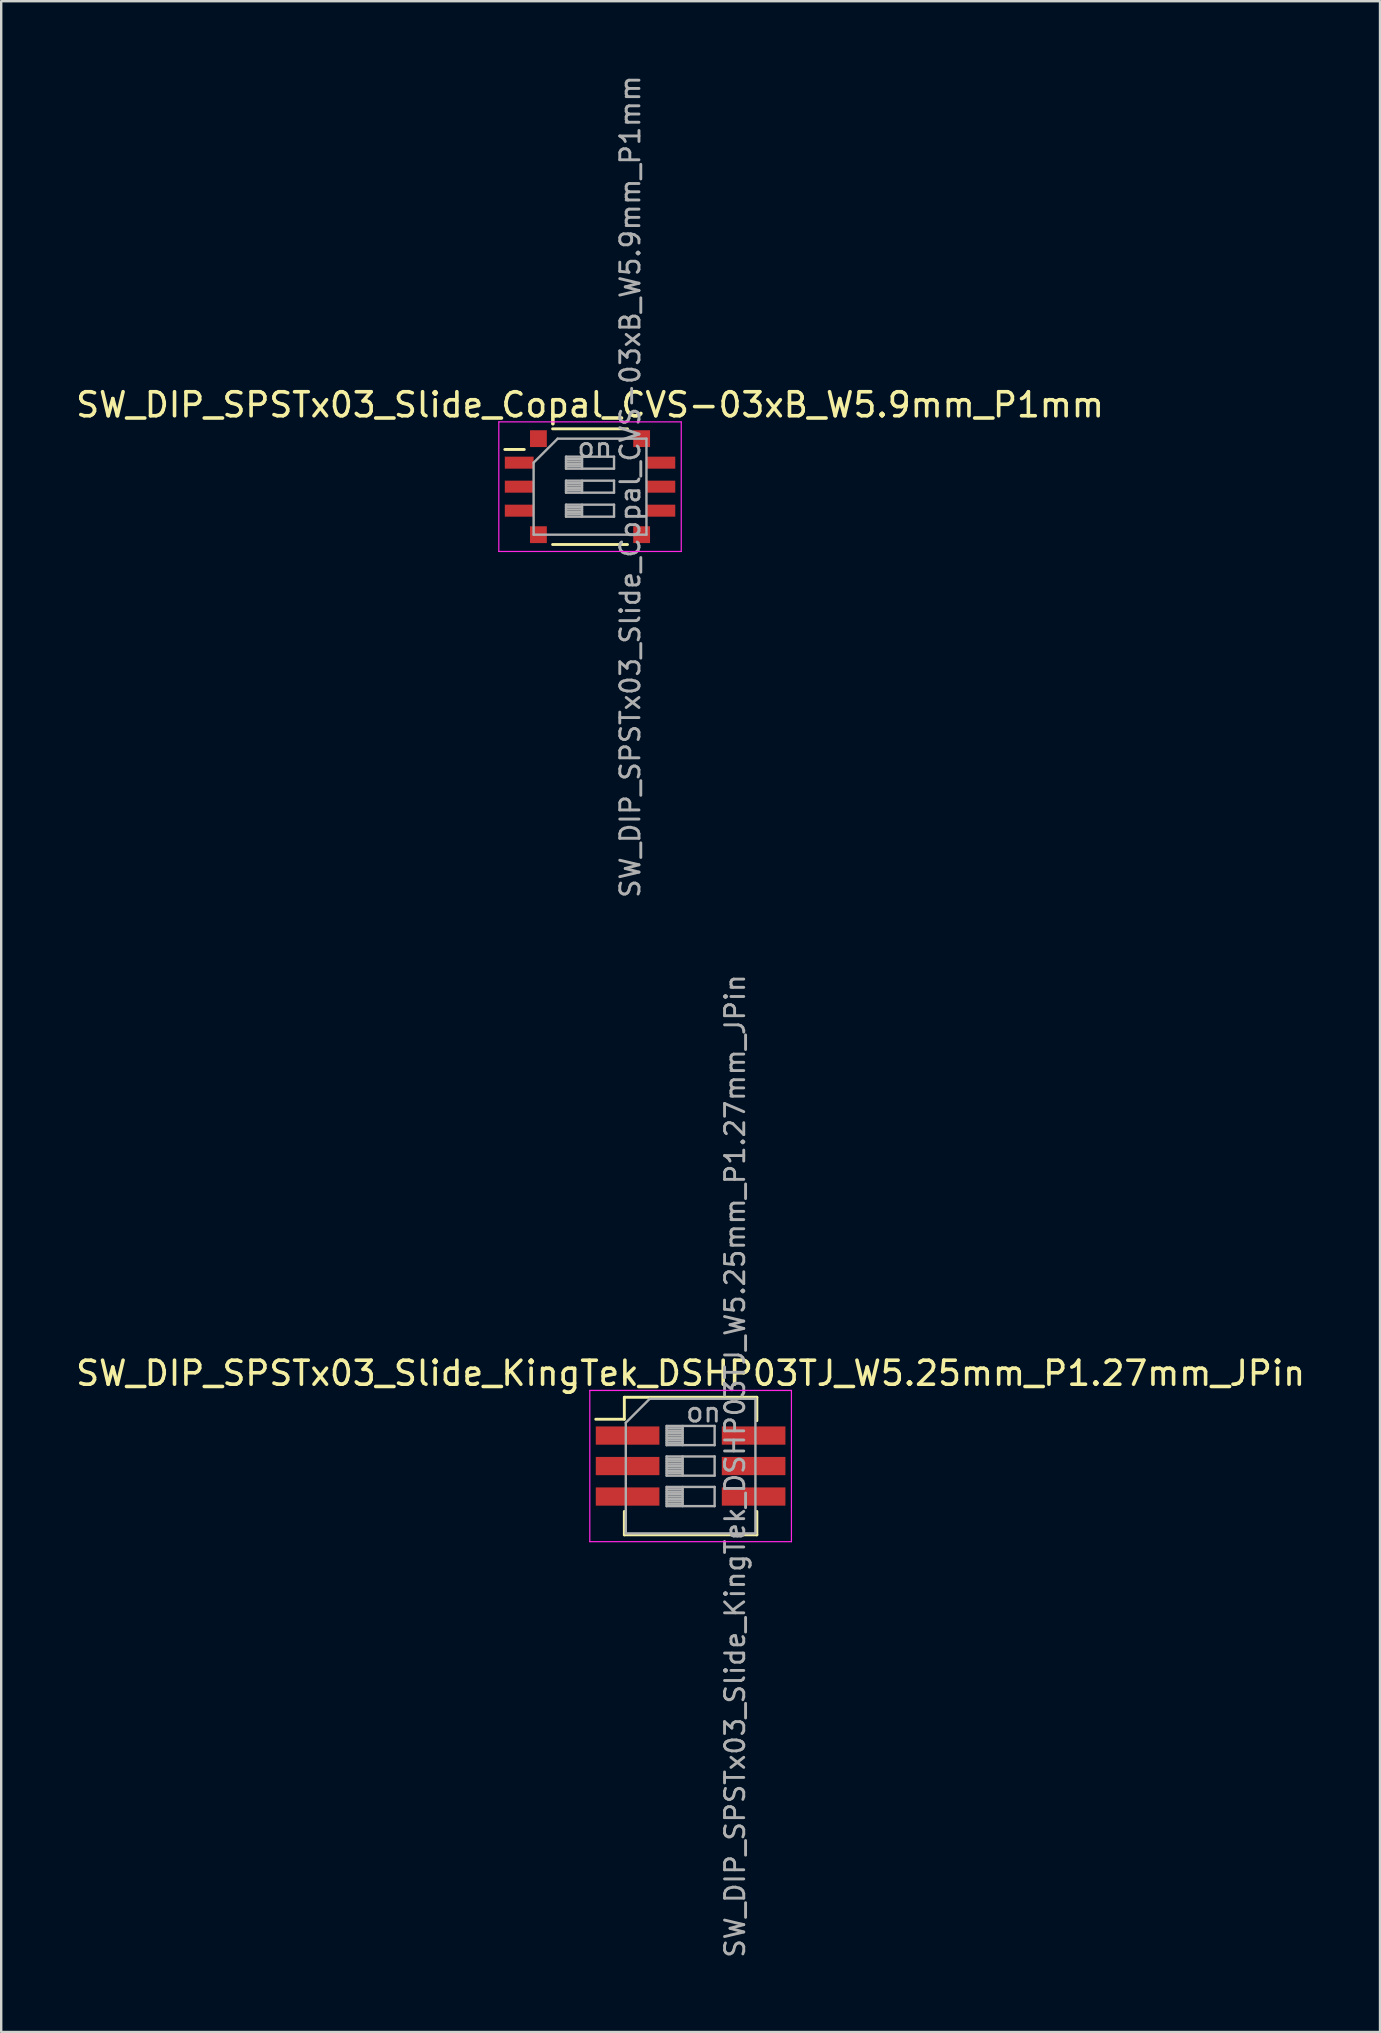
<source format=kicad_pcb>
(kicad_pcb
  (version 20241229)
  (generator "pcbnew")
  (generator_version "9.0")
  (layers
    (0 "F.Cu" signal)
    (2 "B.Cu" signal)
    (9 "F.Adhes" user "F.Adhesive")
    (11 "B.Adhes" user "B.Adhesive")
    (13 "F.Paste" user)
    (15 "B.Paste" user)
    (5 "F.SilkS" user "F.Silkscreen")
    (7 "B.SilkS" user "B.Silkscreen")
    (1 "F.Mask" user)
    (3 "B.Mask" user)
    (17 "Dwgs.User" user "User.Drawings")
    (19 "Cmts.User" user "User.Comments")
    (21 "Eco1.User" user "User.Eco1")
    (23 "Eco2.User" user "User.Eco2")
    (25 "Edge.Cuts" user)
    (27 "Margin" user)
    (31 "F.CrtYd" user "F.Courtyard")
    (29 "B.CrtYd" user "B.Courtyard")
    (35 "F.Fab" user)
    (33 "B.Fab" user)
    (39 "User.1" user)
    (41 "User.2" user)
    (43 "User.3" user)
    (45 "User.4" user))
  (footprint "SW_DIP_SPSTx03_Slide_Copal_CVS-03xB_W5.9mm_P1mm"
    (layer "F.Cu")
    (at 21.53 17.224)
    (property "Reference" "SW_DIP_SPSTx03_Slide_Copal_CVS-03xB_W5.9mm_P1mm" (at 0 -3.41 0) (layer "F.SilkS") (effects (font (size 1 1) (thickness 0.15))))
    (attr smd)
    (fp_line (start -3.55 -1.55) (end -2.739 -1.55) (stroke (width 0.12) (type solid)) (layer "F.SilkS"))
    (fp_line (start -1.56 -2.41) (end 1.561 -2.41) (stroke (width 0.12) (type solid)) (layer "F.SilkS"))
    (fp_line (start -1.56 2.41) (end 1.561 2.41) (stroke (width 0.12) (type solid)) (layer "F.SilkS"))
    (fp_line (start -3.8 -2.7) (end -3.8 2.7) (stroke (width 0.05) (type solid)) (layer "F.CrtYd"))
    (fp_line (start -3.8 2.7) (end 3.8 2.7) (stroke (width 0.05) (type solid)) (layer "F.CrtYd"))
    (fp_line (start 3.8 -2.7) (end -3.8 -2.7) (stroke (width 0.05) (type solid)) (layer "F.CrtYd"))
    (fp_line (start 3.8 2.7) (end 3.8 -2.7) (stroke (width 0.05) (type solid)) (layer "F.CrtYd"))
    (fp_line (start -2.35 -1) (end -1.35 -2) (stroke (width 0.1) (type solid)) (layer "F.Fab"))
    (fp_line (start -2.35 2) (end -2.35 -1) (stroke (width 0.1) (type solid)) (layer "F.Fab"))
    (fp_line (start -1.35 -2) (end 2.35 -2) (stroke (width 0.1) (type solid)) (layer "F.Fab"))
    (fp_line (start -1 -1.25) (end -1 -0.75) (stroke (width 0.1) (type solid)) (layer "F.Fab"))
    (fp_line (start -1 -1.15) (end -0.333 -1.15) (stroke (width 0.1) (type solid)) (layer "F.Fab"))
    (fp_line (start -1 -1.05) (end -0.333 -1.05) (stroke (width 0.1) (type solid)) (layer "F.Fab"))
    (fp_line (start -1 -0.95) (end -0.333 -0.95) (stroke (width 0.1) (type solid)) (layer "F.Fab"))
    (fp_line (start -1 -0.85) (end -0.333 -0.85) (stroke (width 0.1) (type solid)) (layer "F.Fab"))
    (fp_line (start -1 -0.75) (end 1 -0.75) (stroke (width 0.1) (type solid)) (layer "F.Fab"))
    (fp_line (start -1 -0.25) (end -1 0.25) (stroke (width 0.1) (type solid)) (layer "F.Fab"))
    (fp_line (start -1 -0.15) (end -0.333 -0.15) (stroke (width 0.1) (type solid)) (layer "F.Fab"))
    (fp_line (start -1 -0.05) (end -0.333 -0.05) (stroke (width 0.1) (type solid)) (layer "F.Fab"))
    (fp_line (start -1 0.05) (end -0.333 0.05) (stroke (width 0.1) (type solid)) (layer "F.Fab"))
    (fp_line (start -1 0.15) (end -0.333 0.15) (stroke (width 0.1) (type solid)) (layer "F.Fab"))
    (fp_line (start -1 0.25) (end 1 0.25) (stroke (width 0.1) (type solid)) (layer "F.Fab"))
    (fp_line (start -1 0.75) (end -1 1.25) (stroke (width 0.1) (type solid)) (layer "F.Fab"))
    (fp_line (start -1 0.85) (end -0.333 0.85) (stroke (width 0.1) (type solid)) (layer "F.Fab"))
    (fp_line (start -1 0.95) (end -0.333 0.95) (stroke (width 0.1) (type solid)) (layer "F.Fab"))
    (fp_line (start -1 1.05) (end -0.333 1.05) (stroke (width 0.1) (type solid)) (layer "F.Fab"))
    (fp_line (start -1 1.15) (end -0.333 1.15) (stroke (width 0.1) (type solid)) (layer "F.Fab"))
    (fp_line (start -1 1.25) (end 1 1.25) (stroke (width 0.1) (type solid)) (layer "F.Fab"))
    (fp_line (start -0.333 -1.25) (end -0.333 -0.75) (stroke (width 0.1) (type solid)) (layer "F.Fab"))
    (fp_line (start -0.333 -0.25) (end -0.333 0.25) (stroke (width 0.1) (type solid)) (layer "F.Fab"))
    (fp_line (start -0.333 0.75) (end -0.333 1.25) (stroke (width 0.1) (type solid)) (layer "F.Fab"))
    (fp_line (start 1 -1.25) (end -1 -1.25) (stroke (width 0.1) (type solid)) (layer "F.Fab"))
    (fp_line (start 1 -0.75) (end 1 -1.25) (stroke (width 0.1) (type solid)) (layer "F.Fab"))
    (fp_line (start 1 -0.25) (end -1 -0.25) (stroke (width 0.1) (type solid)) (layer "F.Fab"))
    (fp_line (start 1 0.25) (end 1 -0.25) (stroke (width 0.1) (type solid)) (layer "F.Fab"))
    (fp_line (start 1 0.75) (end -1 0.75) (stroke (width 0.1) (type solid)) (layer "F.Fab"))
    (fp_line (start 1 1.25) (end 1 0.75) (stroke (width 0.1) (type solid)) (layer "F.Fab"))
    (fp_line (start 2.35 -2) (end 2.35 2) (stroke (width 0.1) (type solid)) (layer "F.Fab"))
    (fp_line (start 2.35 2) (end -2.35 2) (stroke (width 0.1) (type solid)) (layer "F.Fab"))
    (fp_text user "on" (at 0.2 -1.625 0) (layer "F.Fab") (effects (font (size 0.8 0.8) (thickness 0.12))))
    (fp_text user "${REFERENCE}" (at 1.675 0 90) (layer "F.Fab") (effects (font (size 0.8 0.8) (thickness 0.12))))
    (pad "1" smd rect (at -2.95 -1) (size 1.2 0.5) (layers "F.Cu" "F.Mask" "F.Paste"))
    (pad "2" smd rect (at -2.95 0) (size 1.2 0.5) (layers "F.Cu" "F.Mask" "F.Paste"))
    (pad "3" smd rect (at -2.95 1) (size 1.2 0.5) (layers "F.Cu" "F.Mask" "F.Paste"))
    (pad "4" smd rect (at 2.95 1) (size 1.2 0.5) (layers "F.Cu" "F.Mask" "F.Paste"))
    (pad "5" smd rect (at 2.95 0) (size 1.2 0.5) (layers "F.Cu" "F.Mask" "F.Paste"))
    (pad "6" smd rect (at 2.95 -1) (size 1.2 0.5) (layers "F.Cu" "F.Mask" "F.Paste"))
    (pad "7" smd rect (at -2.15 -2) (size 0.7 0.7) (layers "F.Cu" "F.Mask" "F.Paste"))
    (pad "7" smd rect (at -2.15 2) (size 0.7 0.7) (layers "F.Cu" "F.Mask" "F.Paste"))
    (pad "7" smd rect (at 2.15 -2) (size 0.7 0.7) (layers "F.Cu" "F.Mask" "F.Paste"))
    (pad "7" smd rect (at 2.15 2) (size 0.7 0.7) (layers "F.Cu" "F.Mask" "F.Paste")))
  (footprint "SW_DIP_SPSTx03_Slide_KingTek_DSHP03TJ_W5.25mm_P1.27mm_JPin"
    (layer "F.Cu")
    (at 25.72 58.024)
    (property "Reference" "SW_DIP_SPSTx03_Slide_KingTek_DSHP03TJ_W5.25mm_P1.27mm_JPin" (at 0 -3.865 0) (layer "F.SilkS") (effects (font (size 1 1) (thickness 0.15))))
    (attr smd)
    (fp_line (start -3.951 -1.95) (end -2.761 -1.95) (stroke (width 0.12) (type solid)) (layer "F.SilkS"))
    (fp_line (start -2.761 -2.865) (end -2.761 -1.95) (stroke (width 0.12) (type solid)) (layer "F.SilkS"))
    (fp_line (start -2.761 -2.865) (end 2.76 -2.865) (stroke (width 0.12) (type solid)) (layer "F.SilkS"))
    (fp_line (start -2.761 1.89) (end -2.761 2.866) (stroke (width 0.12) (type solid)) (layer "F.SilkS"))
    (fp_line (start -2.761 2.866) (end 2.76 2.866) (stroke (width 0.12) (type solid)) (layer "F.SilkS"))
    (fp_line (start 2.76 -2.865) (end 2.76 -1.89) (stroke (width 0.12) (type solid)) (layer "F.SilkS"))
    (fp_line (start 2.76 1.89) (end 2.76 2.866) (stroke (width 0.12) (type solid)) (layer "F.SilkS"))
    (fp_line (start -4.2 -3.15) (end -4.2 3.15) (stroke (width 0.05) (type solid)) (layer "F.CrtYd"))
    (fp_line (start -4.2 3.15) (end 4.2 3.15) (stroke (width 0.05) (type solid)) (layer "F.CrtYd"))
    (fp_line (start 4.2 -3.15) (end -4.2 -3.15) (stroke (width 0.05) (type solid)) (layer "F.CrtYd"))
    (fp_line (start 4.2 3.15) (end 4.2 -3.15) (stroke (width 0.05) (type solid)) (layer "F.CrtYd"))
    (fp_line (start -2.7 -1.805) (end -1.7 -2.805) (stroke (width 0.1) (type solid)) (layer "F.Fab"))
    (fp_line (start -2.7 2.805) (end -2.7 -1.805) (stroke (width 0.1) (type solid)) (layer "F.Fab"))
    (fp_line (start -1.7 -2.805) (end 2.7 -2.805) (stroke (width 0.1) (type solid)) (layer "F.Fab"))
    (fp_line (start -1 -1.67) (end -1 -0.87) (stroke (width 0.1) (type solid)) (layer "F.Fab"))
    (fp_line (start -1 -1.57) (end -0.333 -1.57) (stroke (width 0.1) (type solid)) (layer "F.Fab"))
    (fp_line (start -1 -1.47) (end -0.333 -1.47) (stroke (width 0.1) (type solid)) (layer "F.Fab"))
    (fp_line (start -1 -1.37) (end -0.333 -1.37) (stroke (width 0.1) (type solid)) (layer "F.Fab"))
    (fp_line (start -1 -1.27) (end -0.333 -1.27) (stroke (width 0.1) (type solid)) (layer "F.Fab"))
    (fp_line (start -1 -1.17) (end -0.333 -1.17) (stroke (width 0.1) (type solid)) (layer "F.Fab"))
    (fp_line (start -1 -1.07) (end -0.333 -1.07) (stroke (width 0.1) (type solid)) (layer "F.Fab"))
    (fp_line (start -1 -0.97) (end -0.333 -0.97) (stroke (width 0.1) (type solid)) (layer "F.Fab"))
    (fp_line (start -1 -0.87) (end 1 -0.87) (stroke (width 0.1) (type solid)) (layer "F.Fab"))
    (fp_line (start -1 -0.4) (end -1 0.4) (stroke (width 0.1) (type solid)) (layer "F.Fab"))
    (fp_line (start -1 -0.3) (end -0.333 -0.3) (stroke (width 0.1) (type solid)) (layer "F.Fab"))
    (fp_line (start -1 -0.2) (end -0.333 -0.2) (stroke (width 0.1) (type solid)) (layer "F.Fab"))
    (fp_line (start -1 -0.1) (end -0.333 -0.1) (stroke (width 0.1) (type solid)) (layer "F.Fab"))
    (fp_line (start -1 0) (end -0.333 0) (stroke (width 0.1) (type solid)) (layer "F.Fab"))
    (fp_line (start -1 0.1) (end -0.333 0.1) (stroke (width 0.1) (type solid)) (layer "F.Fab"))
    (fp_line (start -1 0.2) (end -0.333 0.2) (stroke (width 0.1) (type solid)) (layer "F.Fab"))
    (fp_line (start -1 0.3) (end -0.333 0.3) (stroke (width 0.1) (type solid)) (layer "F.Fab"))
    (fp_line (start -1 0.4) (end 1 0.4) (stroke (width 0.1) (type solid)) (layer "F.Fab"))
    (fp_line (start -1 0.87) (end -1 1.67) (stroke (width 0.1) (type solid)) (layer "F.Fab"))
    (fp_line (start -1 0.97) (end -0.333 0.97) (stroke (width 0.1) (type solid)) (layer "F.Fab"))
    (fp_line (start -1 1.07) (end -0.333 1.07) (stroke (width 0.1) (type solid)) (layer "F.Fab"))
    (fp_line (start -1 1.17) (end -0.333 1.17) (stroke (width 0.1) (type solid)) (layer "F.Fab"))
    (fp_line (start -1 1.27) (end -0.333 1.27) (stroke (width 0.1) (type solid)) (layer "F.Fab"))
    (fp_line (start -1 1.37) (end -0.333 1.37) (stroke (width 0.1) (type solid)) (layer "F.Fab"))
    (fp_line (start -1 1.47) (end -0.333 1.47) (stroke (width 0.1) (type solid)) (layer "F.Fab"))
    (fp_line (start -1 1.57) (end -0.333 1.57) (stroke (width 0.1) (type solid)) (layer "F.Fab"))
    (fp_line (start -1 1.67) (end 1 1.67) (stroke (width 0.1) (type solid)) (layer "F.Fab"))
    (fp_line (start -0.333 -1.67) (end -0.333 -0.87) (stroke (width 0.1) (type solid)) (layer "F.Fab"))
    (fp_line (start -0.333 -0.4) (end -0.333 0.4) (stroke (width 0.1) (type solid)) (layer "F.Fab"))
    (fp_line (start -0.333 0.87) (end -0.333 1.67) (stroke (width 0.1) (type solid)) (layer "F.Fab"))
    (fp_line (start 1 -1.67) (end -1 -1.67) (stroke (width 0.1) (type solid)) (layer "F.Fab"))
    (fp_line (start 1 -0.87) (end 1 -1.67) (stroke (width 0.1) (type solid)) (layer "F.Fab"))
    (fp_line (start 1 -0.4) (end -1 -0.4) (stroke (width 0.1) (type solid)) (layer "F.Fab"))
    (fp_line (start 1 0.4) (end 1 -0.4) (stroke (width 0.1) (type solid)) (layer "F.Fab"))
    (fp_line (start 1 0.87) (end -1 0.87) (stroke (width 0.1) (type solid)) (layer "F.Fab"))
    (fp_line (start 1 1.67) (end 1 0.87) (stroke (width 0.1) (type solid)) (layer "F.Fab"))
    (fp_line (start 2.7 -2.805) (end 2.7 2.805) (stroke (width 0.1) (type solid)) (layer "F.Fab"))
    (fp_line (start 2.7 2.805) (end -2.7 2.805) (stroke (width 0.1) (type solid)) (layer "F.Fab"))
    (fp_text user "on" (at 0.537 -2.237 0) (layer "F.Fab") (effects (font (size 0.8 0.8) (thickness 0.12))))
    (fp_text user "${REFERENCE}" (at 1.85 0 90) (layer "F.Fab") (effects (font (size 0.8 0.8) (thickness 0.12))))
    (pad "1" smd rect (at -2.625 -1.27) (size 2.65 0.76) (layers "F.Cu" "F.Mask" "F.Paste"))
    (pad "2" smd rect (at -2.625 0) (size 2.65 0.76) (layers "F.Cu" "F.Mask" "F.Paste"))
    (pad "3" smd rect (at -2.625 1.27) (size 2.65 0.76) (layers "F.Cu" "F.Mask" "F.Paste"))
    (pad "4" smd rect (at 2.625 1.27) (size 2.65 0.76) (layers "F.Cu" "F.Mask" "F.Paste"))
    (pad "5" smd rect (at 2.625 0) (size 2.65 0.76) (layers "F.Cu" "F.Mask" "F.Paste"))
    (pad "6" smd rect (at 2.625 -1.27) (size 2.65 0.76) (layers "F.Cu" "F.Mask" "F.Paste")))
  (gr_rect
    (start -3 -3)
    (end 54.44 81.6)
    (stroke (width 0.1) (type default))
    (fill no)
    (layer "Edge.Cuts")))
</source>
